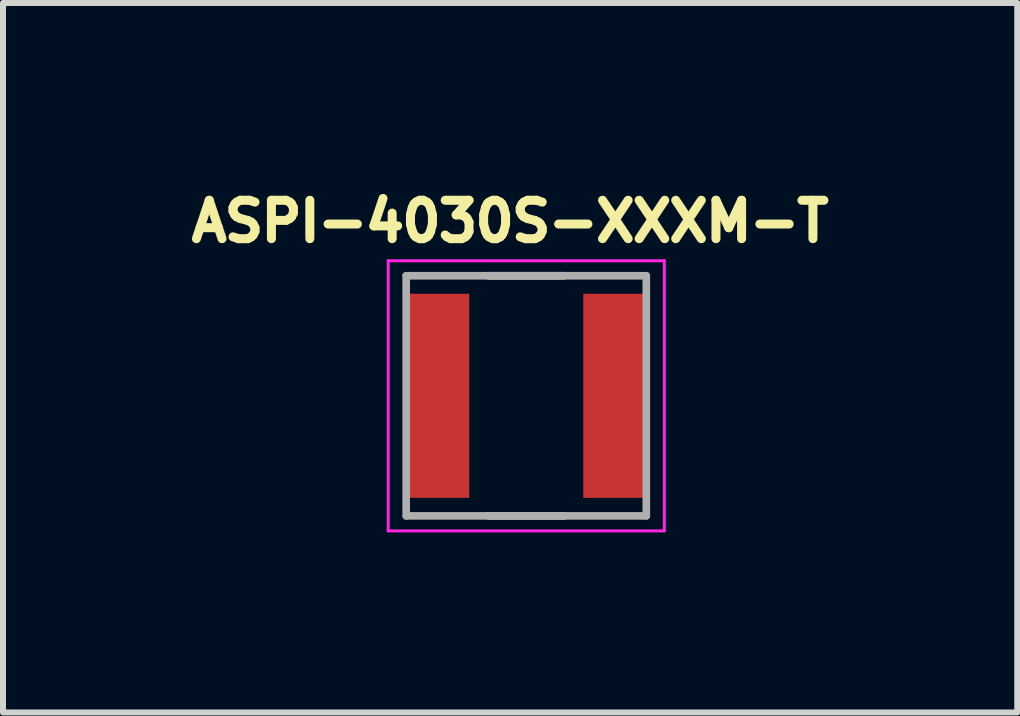
<source format=kicad_pcb>
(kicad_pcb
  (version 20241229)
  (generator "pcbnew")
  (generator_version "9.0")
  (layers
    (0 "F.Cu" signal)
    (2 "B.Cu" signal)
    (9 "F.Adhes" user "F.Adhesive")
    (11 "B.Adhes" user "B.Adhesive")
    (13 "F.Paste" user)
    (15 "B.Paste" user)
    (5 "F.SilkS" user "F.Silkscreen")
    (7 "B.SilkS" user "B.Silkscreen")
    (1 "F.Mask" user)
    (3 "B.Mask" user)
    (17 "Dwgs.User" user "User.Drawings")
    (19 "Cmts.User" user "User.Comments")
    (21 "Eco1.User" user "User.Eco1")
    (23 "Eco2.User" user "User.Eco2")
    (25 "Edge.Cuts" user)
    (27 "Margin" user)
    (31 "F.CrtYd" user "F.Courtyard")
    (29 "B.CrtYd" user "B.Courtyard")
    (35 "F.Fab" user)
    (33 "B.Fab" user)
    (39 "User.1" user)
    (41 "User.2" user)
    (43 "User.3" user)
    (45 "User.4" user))
  (footprint "ASPI-4030S-XXXM-T"
    (layer "F.Cu")
    (at 5.717 3.544)
    (property "Reference" "ASPI-4030S-XXXM-T" (at -0.268 -2.906 0) (layer "F.SilkS") (effects (font (size 0.64 0.64) (thickness 0.15))))
    (attr smd)
    (fp_line (start -0.63 -2) (end 0.63 -2) (stroke (width 0.127) (type solid)) (layer "F.SilkS"))
    (fp_line (start -0.63 2) (end 0.63 2) (stroke (width 0.127) (type solid)) (layer "F.SilkS"))
    (fp_line (start -2.3 -2.25) (end -2.3 2.25) (stroke (width 0.05) (type solid)) (layer "F.CrtYd"))
    (fp_line (start -2.3 2.25) (end 2.3 2.25) (stroke (width 0.05) (type solid)) (layer "F.CrtYd"))
    (fp_line (start 2.3 -2.25) (end -2.3 -2.25) (stroke (width 0.05) (type solid)) (layer "F.CrtYd"))
    (fp_line (start 2.3 2.25) (end 2.3 -2.25) (stroke (width 0.05) (type solid)) (layer "F.CrtYd"))
    (fp_line (start -2 -2) (end -2 2) (stroke (width 0.127) (type solid)) (layer "F.Fab"))
    (fp_line (start -2 -2) (end 2 -2) (stroke (width 0.127) (type solid)) (layer "F.Fab"))
    (fp_line (start -2 2) (end 2 2) (stroke (width 0.127) (type solid)) (layer "F.Fab"))
    (fp_line (start 2 -2) (end 2 2) (stroke (width 0.127) (type solid)) (layer "F.Fab"))
    (pad "1" smd rect (at -1.5 0) (size 1.1 3.4) (layers "F.Cu" "F.Mask" "F.Paste"))
    (pad "2" smd rect (at 1.5 0) (size 1.1 3.4) (layers "F.Cu" "F.Mask" "F.Paste")))
  (gr_rect
    (start -3 -3)
    (end 13.897 8.819)
    (stroke (width 0.1) (type default))
    (fill no)
    (layer "Edge.Cuts")))
</source>
